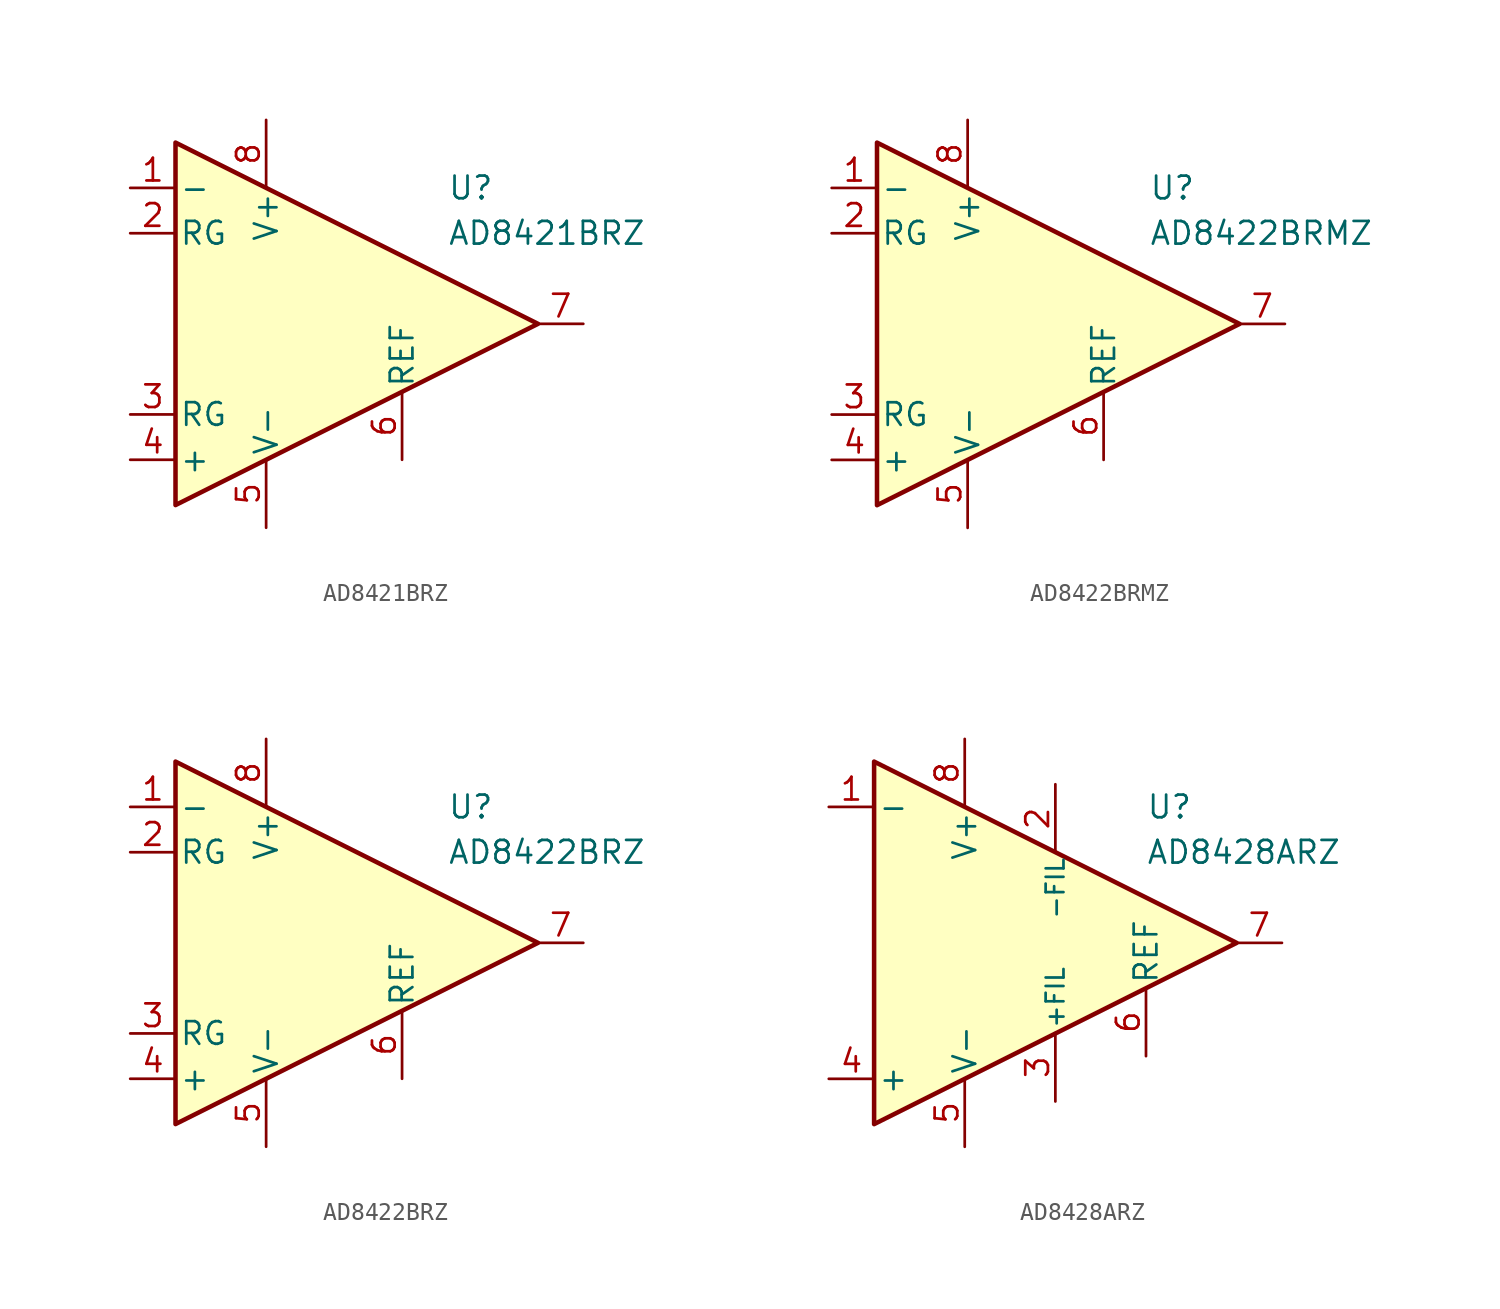
<source format=kicad_sym>
(kicad_symbol_lib
  (version 20231120)
  (generator "kicad_symbol_editor")
  (generator_version "8.0")
  (symbol "AD8421BRZ"
    (pin_names
      (offset 0.2))
    (property "Reference" "U"
      (at 6.35 7.62 0)
      (effects (font (size 1.27 1.27)) (justify left)))
    (property "Value" "AD8421BRZ"
      (at 6.35 5.08 0)
      (effects (font (size 1.27 1.27)) (justify left)))
    (symbol "AD8421BRZ_0_1"
      (polyline (pts (xy -8.89 10.16) (xy -8.89 -10.16) (xy 11.43 0) (xy -8.89 10.16)) (stroke (width 0.254) (type default)) (fill (type background))))
    (symbol "AD8421BRZ_1_1"
      (pin input line (at -11.43 7.62 0) (length 2.54) (name "-" (effects (font (size 1.27 1.27)))) (number "1" (effects (font (size 1.27 1.27)))))
      (pin passive line (at -11.43 5.08 0) (length 2.54) (name "RG" (effects (font (size 1.27 1.27)))) (number "2" (effects (font (size 1.27 1.27)))))
      (pin passive line (at -11.43 -5.08 0) (length 2.54) (name "RG" (effects (font (size 1.27 1.27)))) (number "3" (effects (font (size 1.27 1.27)))))
      (pin input line (at -11.43 -7.62 0) (length 2.54) (name "+" (effects (font (size 1.27 1.27)))) (number "4" (effects (font (size 1.27 1.27)))))
      (pin power_in line (at -3.81 -11.43 90) (length 3.81) (name "V-" (effects (font (size 1.27 1.27)))) (number "5" (effects (font (size 1.27 1.27)))))
      (pin input line (at 3.81 -7.62 90) (length 3.81) (name "REF" (effects (font (size 1.27 1.27)))) (number "6" (effects (font (size 1.27 1.27)))))
      (pin output line (at 13.97 0 180) (length 2.54) (name "~" (effects (font (size 1.27 1.27)))) (number "7" (effects (font (size 1.27 1.27)))))
      (pin power_in line (at -3.81 11.43 270) (length 3.81) (name "V+" (effects (font (size 1.27 1.27)))) (number "8" (effects (font (size 1.27 1.27)))))))
  (symbol "AD8422BRMZ"
    (pin_names
      (offset 0.2))
    (property "Reference" "U"
      (at 6.35 7.62 0)
      (effects (font (size 1.27 1.27)) (justify left)))
    (property "Value" "AD8422BRMZ"
      (at 6.35 5.08 0)
      (effects (font (size 1.27 1.27)) (justify left)))
    (symbol "AD8422BRMZ_0_1"
      (polyline (pts (xy -8.89 10.16) (xy -8.89 -10.16) (xy 11.43 0) (xy -8.89 10.16)) (stroke (width 0.254) (type default)) (fill (type background))))
    (symbol "AD8422BRMZ_1_1"
      (pin input line (at -11.43 7.62 0) (length 2.54) (name "-" (effects (font (size 1.27 1.27)))) (number "1" (effects (font (size 1.27 1.27)))))
      (pin passive line (at -11.43 5.08 0) (length 2.54) (name "RG" (effects (font (size 1.27 1.27)))) (number "2" (effects (font (size 1.27 1.27)))))
      (pin passive line (at -11.43 -5.08 0) (length 2.54) (name "RG" (effects (font (size 1.27 1.27)))) (number "3" (effects (font (size 1.27 1.27)))))
      (pin input line (at -11.43 -7.62 0) (length 2.54) (name "+" (effects (font (size 1.27 1.27)))) (number "4" (effects (font (size 1.27 1.27)))))
      (pin power_in line (at -3.81 -11.43 90) (length 3.81) (name "V-" (effects (font (size 1.27 1.27)))) (number "5" (effects (font (size 1.27 1.27)))))
      (pin input line (at 3.81 -7.62 90) (length 3.81) (name "REF" (effects (font (size 1.27 1.27)))) (number "6" (effects (font (size 1.27 1.27)))))
      (pin output line (at 13.97 0 180) (length 2.54) (name "~" (effects (font (size 1.27 1.27)))) (number "7" (effects (font (size 1.27 1.27)))))
      (pin power_in line (at -3.81 11.43 270) (length 3.81) (name "V+" (effects (font (size 1.27 1.27)))) (number "8" (effects (font (size 1.27 1.27)))))))
  (symbol "AD8422BRZ"
    (pin_names
      (offset 0.2))
    (property "Reference" "U"
      (at 6.35 7.62 0)
      (effects (font (size 1.27 1.27)) (justify left)))
    (property "Value" "AD8422BRZ"
      (at 6.35 5.08 0)
      (effects (font (size 1.27 1.27)) (justify left)))
    (symbol "AD8422BRZ_0_1"
      (polyline (pts (xy -8.89 10.16) (xy -8.89 -10.16) (xy 11.43 0) (xy -8.89 10.16)) (stroke (width 0.254) (type default)) (fill (type background))))
    (symbol "AD8422BRZ_1_1"
      (pin input line (at -11.43 7.62 0) (length 2.54) (name "-" (effects (font (size 1.27 1.27)))) (number "1" (effects (font (size 1.27 1.27)))))
      (pin passive line (at -11.43 5.08 0) (length 2.54) (name "RG" (effects (font (size 1.27 1.27)))) (number "2" (effects (font (size 1.27 1.27)))))
      (pin passive line (at -11.43 -5.08 0) (length 2.54) (name "RG" (effects (font (size 1.27 1.27)))) (number "3" (effects (font (size 1.27 1.27)))))
      (pin input line (at -11.43 -7.62 0) (length 2.54) (name "+" (effects (font (size 1.27 1.27)))) (number "4" (effects (font (size 1.27 1.27)))))
      (pin power_in line (at -3.81 -11.43 90) (length 3.81) (name "V-" (effects (font (size 1.27 1.27)))) (number "5" (effects (font (size 1.27 1.27)))))
      (pin input line (at 3.81 -7.62 90) (length 3.81) (name "REF" (effects (font (size 1.27 1.27)))) (number "6" (effects (font (size 1.27 1.27)))))
      (pin output line (at 13.97 0 180) (length 2.54) (name "~" (effects (font (size 1.27 1.27)))) (number "7" (effects (font (size 1.27 1.27)))))
      (pin power_in line (at -3.81 11.43 270) (length 3.81) (name "V+" (effects (font (size 1.27 1.27)))) (number "8" (effects (font (size 1.27 1.27)))))))
  (symbol "AD8428ARZ"
    (pin_names
      (offset 0.2))
    (property "Reference" "U"
      (at 6.35 7.62 0)
      (effects (font (size 1.27 1.27)) (justify left)))
    (property "Value" "AD8428ARZ"
      (at 6.35 5.08 0)
      (effects (font (size 1.27 1.27)) (justify left)))
    (symbol "AD8428ARZ_0_1"
      (polyline (pts (xy -8.89 10.16) (xy -8.89 -10.16) (xy 11.43 0) (xy -8.89 10.16)) (stroke (width 0.254) (type default)) (fill (type background))))
    (symbol "AD8428ARZ_1_1"
      (pin input line (at -11.43 7.62 0) (length 2.54) (name "-" (effects (font (size 1.27 1.27)))) (number "1" (effects (font (size 1.27 1.27)))))
      (pin passive line (at 1.27 8.89 270) (length 3.84) (name "-FIL" (effects (font (size 1 1)))) (number "2" (effects (font (size 1.27 1.27)))))
      (pin passive line (at 1.27 -8.89 90) (length 3.84) (name "+FIL" (effects (font (size 1 1)))) (number "3" (effects (font (size 1.27 1.27)))))
      (pin input line (at -11.43 -7.62 0) (length 2.54) (name "+" (effects (font (size 1.27 1.27)))) (number "4" (effects (font (size 1.27 1.27)))))
      (pin power_in line (at -3.81 -11.43 90) (length 3.81) (name "V-" (effects (font (size 1.27 1.27)))) (number "5" (effects (font (size 1.27 1.27)))))
      (pin input line (at 6.35 -6.35 90) (length 3.81) (name "REF" (effects (font (size 1.27 1.27)))) (number "6" (effects (font (size 1.27 1.27)))))
      (pin output line (at 13.97 0 180) (length 2.54) (name "~" (effects (font (size 1.27 1.27)))) (number "7" (effects (font (size 1.27 1.27)))))
      (pin power_in line (at -3.81 11.43 270) (length 3.81) (name "V+" (effects (font (size 1.27 1.27)))) (number "8" (effects (font (size 1.27 1.27))))))))
</source>
